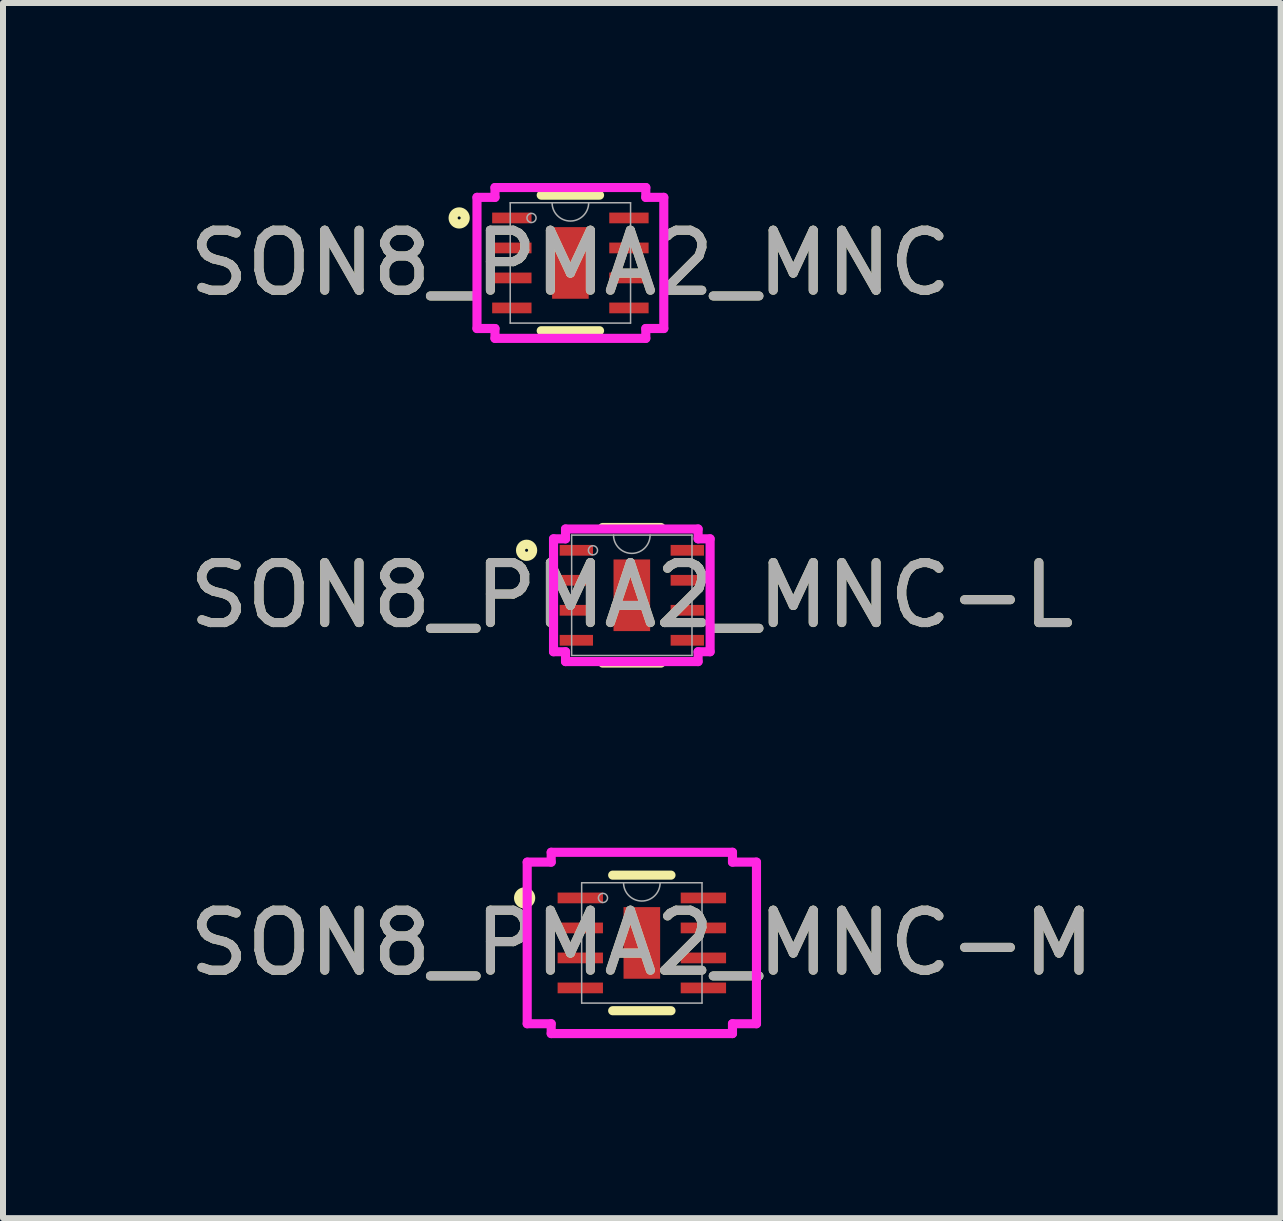
<source format=kicad_pcb>
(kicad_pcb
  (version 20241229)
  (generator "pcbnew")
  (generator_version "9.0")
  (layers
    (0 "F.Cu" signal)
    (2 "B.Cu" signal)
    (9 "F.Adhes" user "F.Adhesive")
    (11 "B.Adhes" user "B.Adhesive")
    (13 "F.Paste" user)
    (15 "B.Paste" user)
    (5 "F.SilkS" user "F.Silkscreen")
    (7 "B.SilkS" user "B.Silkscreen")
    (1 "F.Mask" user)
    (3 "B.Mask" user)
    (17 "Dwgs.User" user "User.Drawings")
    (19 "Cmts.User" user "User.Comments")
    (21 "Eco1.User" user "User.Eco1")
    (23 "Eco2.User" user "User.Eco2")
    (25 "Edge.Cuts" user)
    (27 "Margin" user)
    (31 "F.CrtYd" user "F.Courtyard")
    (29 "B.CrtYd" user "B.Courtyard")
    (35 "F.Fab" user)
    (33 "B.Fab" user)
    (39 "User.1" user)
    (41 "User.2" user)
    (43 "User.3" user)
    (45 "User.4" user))
  (footprint "SON8_PMA2_MNC"
    (layer "F.Cu")
    (at 6.458 1.333)
    (property "Reference" "SON8_PMA2_MNC" (at 0 0 0) (unlocked yes) (layer "F.SilkS") (effects (font (size 1 1) (thickness 0.15))))
    (attr smd)
    (fp_line (start -0.486 1.13) (end 0.486 1.13) (stroke (width 0.152) (type solid)) (layer "F.SilkS"))
    (fp_line (start 0.486 -1.13) (end -0.486 -1.13) (stroke (width 0.152) (type solid)) (layer "F.SilkS"))
    (fp_circle (center -1.854 -0.75) (end -1.753 -0.75) (stroke (width 0.152) (type solid)) (fill no) (layer "F.SilkS"))
    (fp_line (start -1.557 -1.093) (end -1.257 -1.093) (stroke (width 0.152) (type solid)) (layer "F.CrtYd"))
    (fp_line (start -1.557 1.093) (end -1.557 -1.093) (stroke (width 0.152) (type solid)) (layer "F.CrtYd"))
    (fp_line (start -1.557 1.093) (end -1.257 1.093) (stroke (width 0.152) (type solid)) (layer "F.CrtYd"))
    (fp_line (start -1.257 -1.257) (end 1.257 -1.257) (stroke (width 0.152) (type solid)) (layer "F.CrtYd"))
    (fp_line (start -1.257 -1.093) (end -1.257 -1.257) (stroke (width 0.152) (type solid)) (layer "F.CrtYd"))
    (fp_line (start -1.257 1.257) (end -1.257 1.093) (stroke (width 0.152) (type solid)) (layer "F.CrtYd"))
    (fp_line (start 1.257 -1.257) (end 1.257 -1.093) (stroke (width 0.152) (type solid)) (layer "F.CrtYd"))
    (fp_line (start 1.257 1.093) (end 1.257 1.257) (stroke (width 0.152) (type solid)) (layer "F.CrtYd"))
    (fp_line (start 1.257 1.257) (end -1.257 1.257) (stroke (width 0.152) (type solid)) (layer "F.CrtYd"))
    (fp_line (start 1.557 -1.093) (end 1.257 -1.093) (stroke (width 0.152) (type solid)) (layer "F.CrtYd"))
    (fp_line (start 1.557 -1.093) (end 1.557 1.093) (stroke (width 0.152) (type solid)) (layer "F.CrtYd"))
    (fp_line (start 1.557 1.093) (end 1.257 1.093) (stroke (width 0.152) (type solid)) (layer "F.CrtYd"))
    (fp_line (start -1.003 -1.003) (end -1.003 1.003) (stroke (width 0.025) (type solid)) (layer "F.Fab"))
    (fp_line (start -1.003 1.003) (end 1.003 1.003) (stroke (width 0.025) (type solid)) (layer "F.Fab"))
    (fp_line (start 1.003 -1.003) (end -1.003 -1.003) (stroke (width 0.025) (type solid)) (layer "F.Fab"))
    (fp_line (start 1.003 1.003) (end 1.003 -1.003) (stroke (width 0.025) (type solid)) (layer "F.Fab"))
    (fp_arc (start 0.3048 -1.0033) (mid 0 -0.6985) (end -0.3048 -1.0033) (stroke (width 0.0254) (type solid)) (layer "F.Fab"))
    (fp_circle (center -0.648 -0.75) (end -0.572 -0.75) (stroke (width 0.025) (type solid)) (fill no) (layer "F.Fab"))
    (fp_text user "${REFERENCE}" (at 0 0 0) (unlocked yes) (layer "F.Fab") (effects (font (size 1 1) (thickness 0.15))))
    (pad "1" smd rect (at -0.976 -0.75) (size 0.656 0.179) (layers "F.Cu" "F.Mask" "F.Paste"))
    (pad "2" smd rect (at -0.976 -0.25) (size 0.656 0.179) (layers "F.Cu" "F.Mask" "F.Paste"))
    (pad "3" smd rect (at -0.976 0.25) (size 0.656 0.179) (layers "F.Cu" "F.Mask" "F.Paste"))
    (pad "4" smd rect (at -0.976 0.75) (size 0.656 0.179) (layers "F.Cu" "F.Mask" "F.Paste"))
    (pad "5" smd rect (at 0.976 0.75) (size 0.656 0.179) (layers "F.Cu" "F.Mask" "F.Paste"))
    (pad "6" smd rect (at 0.976 0.25) (size 0.656 0.179) (layers "F.Cu" "F.Mask" "F.Paste"))
    (pad "7" smd rect (at 0.976 -0.25) (size 0.656 0.179) (layers "F.Cu" "F.Mask" "F.Paste"))
    (pad "8" smd rect (at 0.976 -0.75) (size 0.656 0.179) (layers "F.Cu" "F.Mask" "F.Paste"))
    (pad "9" smd rect (at 0 0) (size 0.61 1.194) (layers "F.Cu" "F.Mask" "F.Paste")))
  (footprint "SON8_PMA2_MNC-M"
    (layer "F.Cu")
    (at 7.649 12.668)
    (property "Reference" "SON8_PMA2_MNC-M" (at 0 0 0) (unlocked yes) (layer "F.SilkS") (effects (font (size 1 1) (thickness 0.15))))
    (attr smd)
    (fp_line (start -0.486 1.13) (end 0.486 1.13) (stroke (width 0.152) (type solid)) (layer "F.SilkS"))
    (fp_line (start 0.486 -1.13) (end -0.486 -1.13) (stroke (width 0.152) (type solid)) (layer "F.SilkS"))
    (fp_circle (center -1.954 -0.75) (end -1.853 -0.75) (stroke (width 0.152) (type solid)) (fill no) (layer "F.SilkS"))
    (fp_line (start -1.911 -1.347) (end -1.511 -1.347) (stroke (width 0.152) (type solid)) (layer "F.CrtYd"))
    (fp_line (start -1.911 1.347) (end -1.911 -1.347) (stroke (width 0.152) (type solid)) (layer "F.CrtYd"))
    (fp_line (start -1.911 1.347) (end -1.511 1.347) (stroke (width 0.152) (type solid)) (layer "F.CrtYd"))
    (fp_line (start -1.511 -1.511) (end 1.511 -1.511) (stroke (width 0.152) (type solid)) (layer "F.CrtYd"))
    (fp_line (start -1.511 -1.347) (end -1.511 -1.511) (stroke (width 0.152) (type solid)) (layer "F.CrtYd"))
    (fp_line (start -1.511 1.511) (end -1.511 1.347) (stroke (width 0.152) (type solid)) (layer "F.CrtYd"))
    (fp_line (start 1.511 -1.511) (end 1.511 -1.347) (stroke (width 0.152) (type solid)) (layer "F.CrtYd"))
    (fp_line (start 1.511 1.347) (end 1.511 1.511) (stroke (width 0.152) (type solid)) (layer "F.CrtYd"))
    (fp_line (start 1.511 1.511) (end -1.511 1.511) (stroke (width 0.152) (type solid)) (layer "F.CrtYd"))
    (fp_line (start 1.911 -1.347) (end 1.511 -1.347) (stroke (width 0.152) (type solid)) (layer "F.CrtYd"))
    (fp_line (start 1.911 -1.347) (end 1.911 1.347) (stroke (width 0.152) (type solid)) (layer "F.CrtYd"))
    (fp_line (start 1.911 1.347) (end 1.511 1.347) (stroke (width 0.152) (type solid)) (layer "F.CrtYd"))
    (fp_line (start -1.003 -1.003) (end -1.003 1.003) (stroke (width 0.025) (type solid)) (layer "F.Fab"))
    (fp_line (start -1.003 1.003) (end 1.003 1.003) (stroke (width 0.025) (type solid)) (layer "F.Fab"))
    (fp_line (start 1.003 -1.003) (end -1.003 -1.003) (stroke (width 0.025) (type solid)) (layer "F.Fab"))
    (fp_line (start 1.003 1.003) (end 1.003 -1.003) (stroke (width 0.025) (type solid)) (layer "F.Fab"))
    (fp_arc (start 0.3048 -1.0033) (mid 0 -0.6985) (end -0.3048 -1.0033) (stroke (width 0.0254) (type solid)) (layer "F.Fab"))
    (fp_circle (center -0.648 -0.75) (end -0.572 -0.75) (stroke (width 0.025) (type solid)) (fill no) (layer "F.Fab"))
    (fp_text user "${REFERENCE}" (at 0 0 0) (unlocked yes) (layer "F.Fab") (effects (font (size 1 1) (thickness 0.15))))
    (pad "1" smd rect (at -1.026 -0.75) (size 0.756 0.179) (layers "F.Cu" "F.Mask" "F.Paste"))
    (pad "2" smd rect (at -1.026 -0.25) (size 0.756 0.179) (layers "F.Cu" "F.Mask" "F.Paste"))
    (pad "3" smd rect (at -1.026 0.25) (size 0.756 0.179) (layers "F.Cu" "F.Mask" "F.Paste"))
    (pad "4" smd rect (at -1.026 0.75) (size 0.756 0.179) (layers "F.Cu" "F.Mask" "F.Paste"))
    (pad "5" smd rect (at 1.026 0.75) (size 0.756 0.179) (layers "F.Cu" "F.Mask" "F.Paste"))
    (pad "6" smd rect (at 1.026 0.25) (size 0.756 0.179) (layers "F.Cu" "F.Mask" "F.Paste"))
    (pad "7" smd rect (at 1.026 -0.25) (size 0.756 0.179) (layers "F.Cu" "F.Mask" "F.Paste"))
    (pad "8" smd rect (at 1.026 -0.75) (size 0.756 0.179) (layers "F.Cu" "F.Mask" "F.Paste"))
    (pad "9" smd rect (at 0 0) (size 0.61 1.194) (layers "F.Cu" "F.Mask" "F.Paste")))
  (footprint "SON8_PMA2_MNC-L"
    (layer "F.Cu")
    (at 7.482 6.873)
    (property "Reference" "SON8_PMA2_MNC-L" (at 0 0 0) (unlocked yes) (layer "F.SilkS") (effects (font (size 1 1) (thickness 0.15))))
    (attr smd)
    (fp_line (start -0.486 1.13) (end 0.486 1.13) (stroke (width 0.152) (type solid)) (layer "F.SilkS"))
    (fp_line (start 0.486 -1.13) (end -0.486 -1.13) (stroke (width 0.152) (type solid)) (layer "F.SilkS"))
    (fp_circle (center -1.754 -0.75) (end -1.653 -0.75) (stroke (width 0.152) (type solid)) (fill no) (layer "F.SilkS"))
    (fp_line (start -1.305 -0.941) (end -1.105 -0.941) (stroke (width 0.152) (type solid)) (layer "F.CrtYd"))
    (fp_line (start -1.305 0.941) (end -1.305 -0.941) (stroke (width 0.152) (type solid)) (layer "F.CrtYd"))
    (fp_line (start -1.305 0.941) (end -1.105 0.941) (stroke (width 0.152) (type solid)) (layer "F.CrtYd"))
    (fp_line (start -1.105 -1.105) (end 1.105 -1.105) (stroke (width 0.152) (type solid)) (layer "F.CrtYd"))
    (fp_line (start -1.105 -0.941) (end -1.105 -1.105) (stroke (width 0.152) (type solid)) (layer "F.CrtYd"))
    (fp_line (start -1.105 1.105) (end -1.105 0.941) (stroke (width 0.152) (type solid)) (layer "F.CrtYd"))
    (fp_line (start 1.105 -1.105) (end 1.105 -0.941) (stroke (width 0.152) (type solid)) (layer "F.CrtYd"))
    (fp_line (start 1.105 0.941) (end 1.105 1.105) (stroke (width 0.152) (type solid)) (layer "F.CrtYd"))
    (fp_line (start 1.105 1.105) (end -1.105 1.105) (stroke (width 0.152) (type solid)) (layer "F.CrtYd"))
    (fp_line (start 1.305 -0.941) (end 1.105 -0.941) (stroke (width 0.152) (type solid)) (layer "F.CrtYd"))
    (fp_line (start 1.305 -0.941) (end 1.305 0.941) (stroke (width 0.152) (type solid)) (layer "F.CrtYd"))
    (fp_line (start 1.305 0.941) (end 1.105 0.941) (stroke (width 0.152) (type solid)) (layer "F.CrtYd"))
    (fp_line (start -1.003 -1.003) (end -1.003 1.003) (stroke (width 0.025) (type solid)) (layer "F.Fab"))
    (fp_line (start -1.003 1.003) (end 1.003 1.003) (stroke (width 0.025) (type solid)) (layer "F.Fab"))
    (fp_line (start 1.003 -1.003) (end -1.003 -1.003) (stroke (width 0.025) (type solid)) (layer "F.Fab"))
    (fp_line (start 1.003 1.003) (end 1.003 -1.003) (stroke (width 0.025) (type solid)) (layer "F.Fab"))
    (fp_arc (start 0.3048 -1.0033) (mid 0 -0.6985) (end -0.3048 -1.0033) (stroke (width 0.0254) (type solid)) (layer "F.Fab"))
    (fp_circle (center -0.648 -0.75) (end -0.572 -0.75) (stroke (width 0.025) (type solid)) (fill no) (layer "F.Fab"))
    (fp_text user "${REFERENCE}" (at 0 0 0) (unlocked yes) (layer "F.Fab") (effects (font (size 1 1) (thickness 0.15))))
    (pad "1" smd rect (at -0.925 -0.75) (size 0.556 0.179) (layers "F.Cu" "F.Mask" "F.Paste"))
    (pad "2" smd rect (at -0.925 -0.25) (size 0.556 0.179) (layers "F.Cu" "F.Mask" "F.Paste"))
    (pad "3" smd rect (at -0.925 0.25) (size 0.556 0.179) (layers "F.Cu" "F.Mask" "F.Paste"))
    (pad "4" smd rect (at -0.925 0.75) (size 0.556 0.179) (layers "F.Cu" "F.Mask" "F.Paste"))
    (pad "5" smd rect (at 0.925 0.75) (size 0.556 0.179) (layers "F.Cu" "F.Mask" "F.Paste"))
    (pad "6" smd rect (at 0.925 0.25) (size 0.556 0.179) (layers "F.Cu" "F.Mask" "F.Paste"))
    (pad "7" smd rect (at 0.925 -0.25) (size 0.556 0.179) (layers "F.Cu" "F.Mask" "F.Paste"))
    (pad "8" smd rect (at 0.925 -0.75) (size 0.556 0.179) (layers "F.Cu" "F.Mask" "F.Paste"))
    (pad "9" smd rect (at 0 0) (size 0.61 1.194) (layers "F.Cu" "F.Mask" "F.Paste")))
  (gr_rect
    (start -3 -3)
    (end 18.298 17.255)
    (stroke (width 0.1) (type default))
    (fill no)
    (layer "Edge.Cuts")))
</source>
